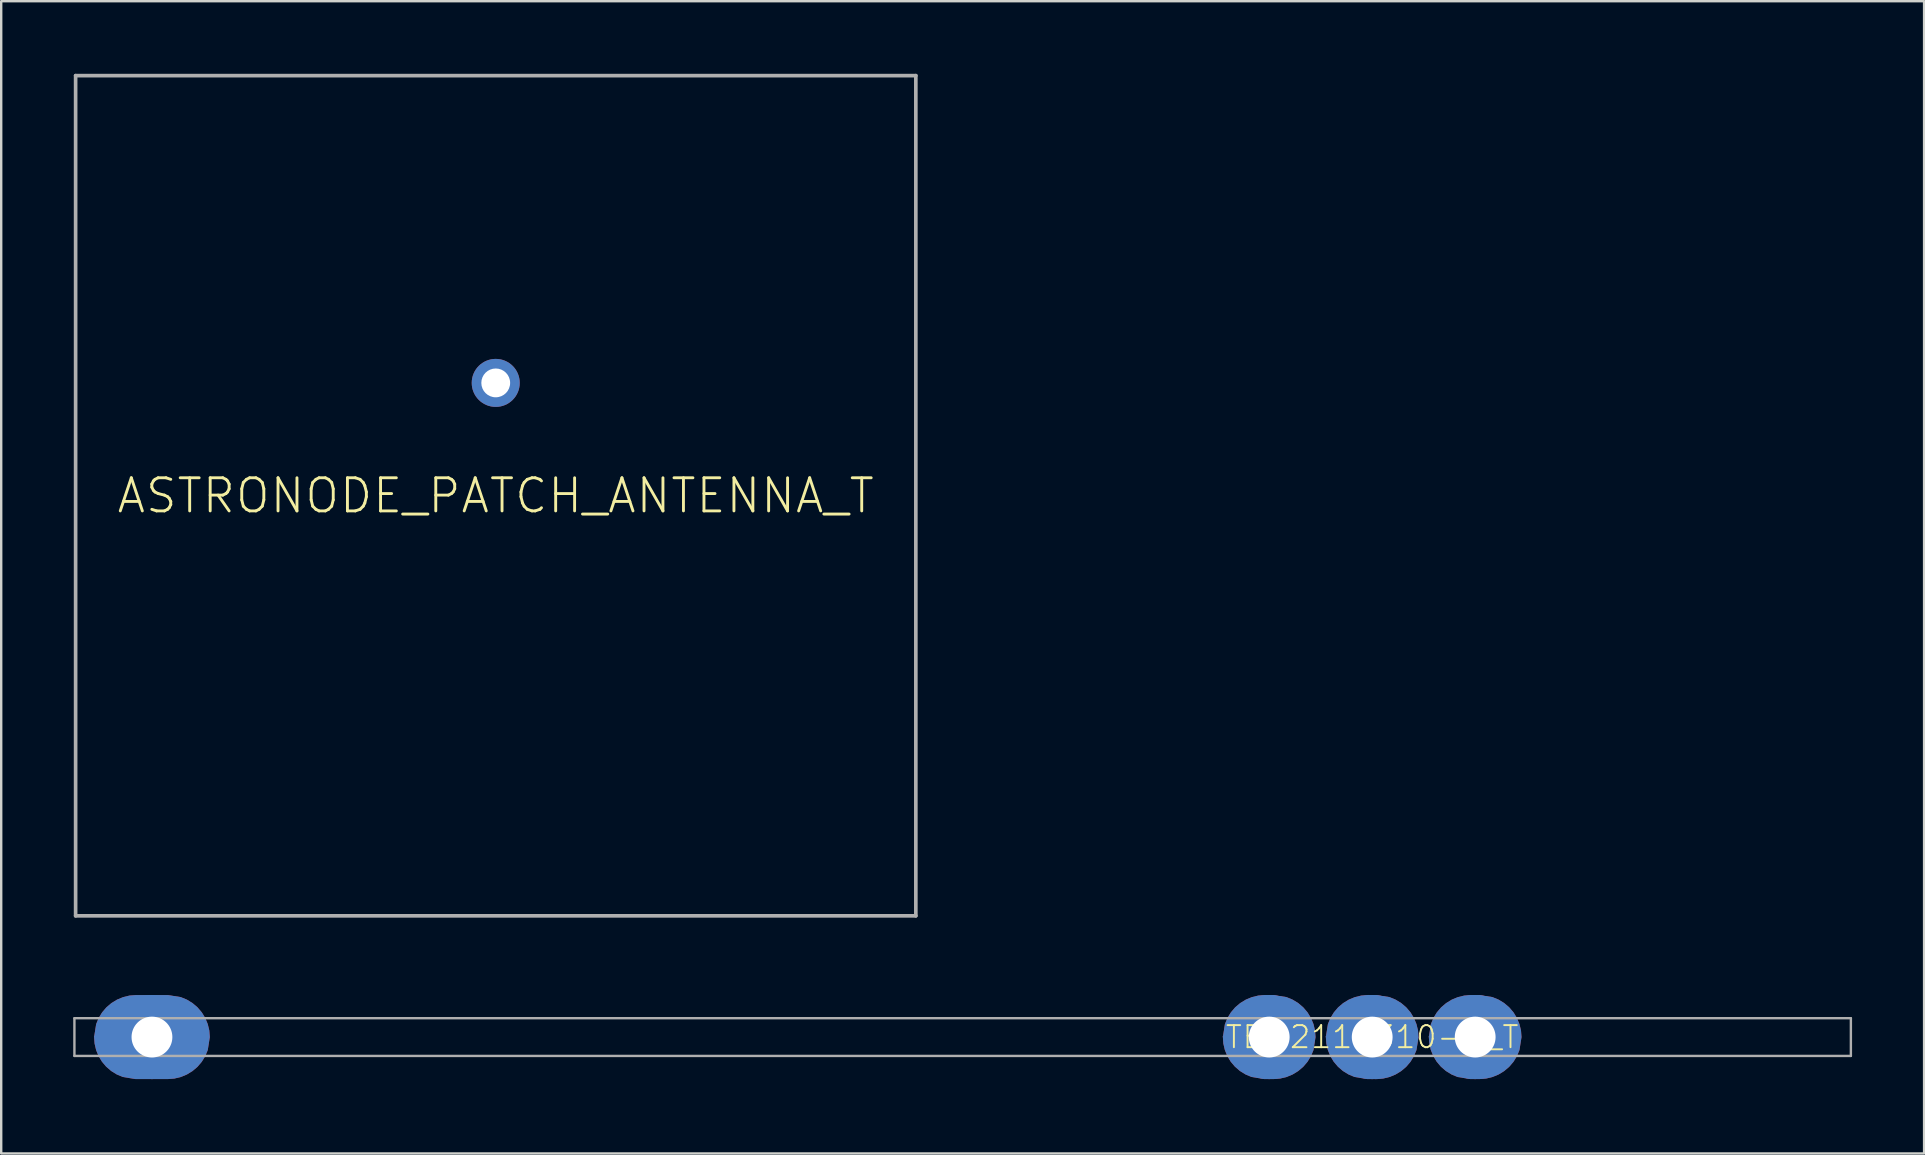
<source format=kicad_pcb>
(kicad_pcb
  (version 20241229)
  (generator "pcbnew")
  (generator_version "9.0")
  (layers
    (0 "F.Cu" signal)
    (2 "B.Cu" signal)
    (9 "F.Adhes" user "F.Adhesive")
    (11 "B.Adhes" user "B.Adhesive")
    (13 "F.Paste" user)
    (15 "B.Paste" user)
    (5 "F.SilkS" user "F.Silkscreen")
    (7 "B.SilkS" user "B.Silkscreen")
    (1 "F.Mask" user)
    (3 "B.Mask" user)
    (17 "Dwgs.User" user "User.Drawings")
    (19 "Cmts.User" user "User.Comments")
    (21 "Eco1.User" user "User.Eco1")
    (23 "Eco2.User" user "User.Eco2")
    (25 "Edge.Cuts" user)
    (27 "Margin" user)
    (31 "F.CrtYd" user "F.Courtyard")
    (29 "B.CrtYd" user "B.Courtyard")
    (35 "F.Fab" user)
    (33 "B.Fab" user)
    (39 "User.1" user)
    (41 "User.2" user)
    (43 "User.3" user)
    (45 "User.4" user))
  (footprint "TE-2118310-1_T"
    (layer "F.Cu")
    (at 54.11 40.15)
    (property "Reference" "TE-2118310-1_T" (at 0 0 0) (unlocked yes) (layer "F.SilkS") (effects (font (size 0.92 0.92) (thickness 0.08))))
    (fp_poly (pts (xy -49.631 -1.665) (xy -49.375 -1.559) (xy -49.141 -1.416) (xy -48.932 -1.238) (xy -48.754 -1.029) (xy -48.611 -0.795) (xy -48.506 -0.541) (xy -48.441 -0.274) (xy -48.42 0.002) (xy -48.505 0.539) (xy -48.611 0.795) (xy -48.754 1.029) (xy -48.932 1.238) (xy -49.141 1.416) (xy -49.375 1.559) (xy -49.629 1.664) (xy -49.896 1.729) (xy -50.168 1.75) (xy -51.514 1.75) (xy -52.046 1.663) (xy -52.299 1.556) (xy -52.531 1.412) (xy -52.738 1.233) (xy -52.914 1.025) (xy -53.055 0.791) (xy -53.158 0.538) (xy -53.22 0.272) (xy -53.244 -0.048) (xy -53.233 -0.048) (xy -53.155 -0.539) (xy -53.049 -0.795) (xy -52.906 -1.029) (xy -52.728 -1.238) (xy -52.519 -1.416) (xy -52.285 -1.559) (xy -52.031 -1.664) (xy -51.764 -1.729) (xy -51.492 -1.75) (xy -50.166 -1.75)) (stroke (width 0) (type default)) (fill yes) (layer "F.Cu"))
    (fp_poly (pts (xy -3.571 -1.665) (xy -3.315 -1.559) (xy -3.081 -1.416) (xy -2.872 -1.238) (xy -2.694 -1.029) (xy -2.551 -0.795) (xy -2.446 -0.541) (xy -2.381 -0.274) (xy -2.36 0.002) (xy -2.445 0.539) (xy -2.551 0.795) (xy -2.694 1.029) (xy -2.872 1.238) (xy -3.081 1.416) (xy -3.315 1.559) (xy -3.569 1.664) (xy -3.836 1.729) (xy -4.108 1.75) (xy -4.494 1.75) (xy -5.026 1.663) (xy -5.279 1.556) (xy -5.511 1.412) (xy -5.718 1.233) (xy -5.894 1.025) (xy -6.035 0.791) (xy -6.138 0.538) (xy -6.2 0.272) (xy -6.224 -0.048) (xy -6.213 -0.048) (xy -6.135 -0.539) (xy -6.029 -0.795) (xy -5.886 -1.029) (xy -5.708 -1.238) (xy -5.499 -1.416) (xy -5.265 -1.559) (xy -5.011 -1.664) (xy -4.744 -1.729) (xy -4.472 -1.75) (xy -4.106 -1.75)) (stroke (width 0) (type default)) (fill yes) (layer "F.Cu"))
    (fp_poly (pts (xy 5.009 -1.665) (xy 5.265 -1.559) (xy 5.499 -1.416) (xy 5.708 -1.238) (xy 5.886 -1.029) (xy 6.029 -0.795) (xy 6.134 -0.541) (xy 6.199 -0.274) (xy 6.22 0.002) (xy 6.135 0.539) (xy 6.029 0.795) (xy 5.886 1.029) (xy 5.708 1.238) (xy 5.499 1.416) (xy 5.265 1.559) (xy 5.011 1.664) (xy 4.744 1.729) (xy 4.472 1.75) (xy 4.086 1.75) (xy 3.554 1.663) (xy 3.301 1.556) (xy 3.069 1.412) (xy 2.862 1.233) (xy 2.686 1.025) (xy 2.545 0.791) (xy 2.442 0.538) (xy 2.38 0.272) (xy 2.356 -0.048) (xy 2.367 -0.048) (xy 2.445 -0.539) (xy 2.551 -0.795) (xy 2.694 -1.029) (xy 2.872 -1.238) (xy 3.081 -1.416) (xy 3.315 -1.559) (xy 3.569 -1.664) (xy 3.836 -1.729) (xy 4.108 -1.75) (xy 4.474 -1.75)) (stroke (width 0) (type default)) (fill yes) (layer "F.Cu"))
    (fp_poly (pts (xy -0.132 -1.75) (xy 0.184 -1.75) (xy 0.719 -1.665) (xy 0.975 -1.559) (xy 1.209 -1.416) (xy 1.418 -1.238) (xy 1.596 -1.029) (xy 1.739 -0.795) (xy 1.844 -0.541) (xy 1.909 -0.274) (xy 1.934 0.048) (xy 1.923 0.048) (xy 1.845 0.539) (xy 1.739 0.795) (xy 1.596 1.029) (xy 1.418 1.238) (xy 1.209 1.416) (xy 0.975 1.559) (xy 0.721 1.664) (xy 0.454 1.729) (xy 0.23 1.746) (xy 0.23 1.75) (xy 0.182 1.75) (xy 0.132 1.754) (xy 0.132 1.75) (xy -0.204 1.75) (xy -0.736 1.663) (xy -0.989 1.556) (xy -1.221 1.412) (xy -1.428 1.233) (xy -1.604 1.025) (xy -1.745 0.791) (xy -1.848 0.538) (xy -1.91 0.272) (xy -1.934 -0.048) (xy -1.923 -0.048) (xy -1.845 -0.539) (xy -1.739 -0.795) (xy -1.596 -1.029) (xy -1.418 -1.238) (xy -1.209 -1.416) (xy -0.975 -1.559) (xy -0.721 -1.664) (xy -0.454 -1.729) (xy -0.23 -1.746) (xy -0.23 -1.75) (xy -0.182 -1.75) (xy -0.132 -1.754)) (stroke (width 0) (type default)) (fill yes) (layer "F.Cu"))
    (fp_line (start -51.49 0) (end -50.17 0) (stroke (width 3.7) (type solid)) (layer "F.Mask"))
    (fp_line (start -4.47 0) (end -4.11 0) (stroke (width 3.7) (type solid)) (layer "F.Mask"))
    (fp_line (start -0.18 0) (end 0.18 0) (stroke (width 3.7) (type solid)) (layer "F.Mask"))
    (fp_line (start 4.11 0) (end 4.47 0) (stroke (width 3.7) (type solid)) (layer "F.Mask"))
    (fp_poly (pts (xy -49.631 -1.665) (xy -49.375 -1.559) (xy -49.141 -1.416) (xy -48.932 -1.238) (xy -48.754 -1.029) (xy -48.611 -0.795) (xy -48.506 -0.541) (xy -48.441 -0.274) (xy -48.42 0.002) (xy -48.505 0.539) (xy -48.611 0.795) (xy -48.754 1.029) (xy -48.932 1.238) (xy -49.141 1.416) (xy -49.375 1.559) (xy -49.629 1.664) (xy -49.896 1.729) (xy -50.168 1.75) (xy -51.514 1.75) (xy -52.046 1.663) (xy -52.299 1.556) (xy -52.531 1.412) (xy -52.738 1.233) (xy -52.914 1.025) (xy -53.055 0.791) (xy -53.158 0.538) (xy -53.22 0.272) (xy -53.244 -0.048) (xy -53.233 -0.048) (xy -53.155 -0.539) (xy -53.049 -0.795) (xy -52.906 -1.029) (xy -52.728 -1.238) (xy -52.519 -1.416) (xy -52.285 -1.559) (xy -52.031 -1.664) (xy -51.764 -1.729) (xy -51.492 -1.75) (xy -50.166 -1.75)) (stroke (width 0) (type default)) (fill yes) (layer "B.Cu"))
    (fp_poly (pts (xy -3.571 -1.665) (xy -3.315 -1.559) (xy -3.081 -1.416) (xy -2.872 -1.238) (xy -2.694 -1.029) (xy -2.551 -0.795) (xy -2.446 -0.541) (xy -2.381 -0.274) (xy -2.36 0.002) (xy -2.445 0.539) (xy -2.551 0.795) (xy -2.694 1.029) (xy -2.872 1.238) (xy -3.081 1.416) (xy -3.315 1.559) (xy -3.569 1.664) (xy -3.836 1.729) (xy -4.108 1.75) (xy -4.494 1.75) (xy -5.026 1.663) (xy -5.279 1.556) (xy -5.511 1.412) (xy -5.718 1.233) (xy -5.894 1.025) (xy -6.035 0.791) (xy -6.138 0.538) (xy -6.2 0.272) (xy -6.224 -0.048) (xy -6.213 -0.048) (xy -6.135 -0.539) (xy -6.029 -0.795) (xy -5.886 -1.029) (xy -5.708 -1.238) (xy -5.499 -1.416) (xy -5.265 -1.559) (xy -5.011 -1.664) (xy -4.744 -1.729) (xy -4.472 -1.75) (xy -4.106 -1.75)) (stroke (width 0) (type default)) (fill yes) (layer "B.Cu"))
    (fp_poly (pts (xy 5.009 -1.665) (xy 5.265 -1.559) (xy 5.499 -1.416) (xy 5.708 -1.238) (xy 5.886 -1.029) (xy 6.029 -0.795) (xy 6.134 -0.541) (xy 6.199 -0.274) (xy 6.22 0.002) (xy 6.135 0.539) (xy 6.029 0.795) (xy 5.886 1.029) (xy 5.708 1.238) (xy 5.499 1.416) (xy 5.265 1.559) (xy 5.011 1.664) (xy 4.744 1.729) (xy 4.472 1.75) (xy 4.086 1.75) (xy 3.554 1.663) (xy 3.301 1.556) (xy 3.069 1.412) (xy 2.862 1.233) (xy 2.686 1.025) (xy 2.545 0.791) (xy 2.442 0.538) (xy 2.38 0.272) (xy 2.356 -0.048) (xy 2.367 -0.048) (xy 2.445 -0.539) (xy 2.551 -0.795) (xy 2.694 -1.029) (xy 2.872 -1.238) (xy 3.081 -1.416) (xy 3.315 -1.559) (xy 3.569 -1.664) (xy 3.836 -1.729) (xy 4.108 -1.75) (xy 4.474 -1.75)) (stroke (width 0) (type default)) (fill yes) (layer "B.Cu"))
    (fp_poly (pts (xy -0.132 -1.75) (xy 0.184 -1.75) (xy 0.719 -1.665) (xy 0.975 -1.559) (xy 1.209 -1.416) (xy 1.418 -1.238) (xy 1.596 -1.029) (xy 1.739 -0.795) (xy 1.844 -0.541) (xy 1.909 -0.274) (xy 1.934 0.048) (xy 1.923 0.048) (xy 1.845 0.539) (xy 1.739 0.795) (xy 1.596 1.029) (xy 1.418 1.238) (xy 1.209 1.416) (xy 0.975 1.559) (xy 0.721 1.664) (xy 0.454 1.729) (xy 0.23 1.746) (xy 0.23 1.75) (xy 0.182 1.75) (xy 0.132 1.754) (xy 0.132 1.75) (xy -0.204 1.75) (xy -0.736 1.663) (xy -0.989 1.556) (xy -1.221 1.412) (xy -1.428 1.233) (xy -1.604 1.025) (xy -1.745 0.791) (xy -1.848 0.538) (xy -1.91 0.272) (xy -1.934 -0.048) (xy -1.923 -0.048) (xy -1.845 -0.539) (xy -1.739 -0.795) (xy -1.596 -1.029) (xy -1.418 -1.238) (xy -1.209 -1.416) (xy -0.975 -1.559) (xy -0.721 -1.664) (xy -0.454 -1.729) (xy -0.23 -1.746) (xy -0.23 -1.75) (xy -0.182 -1.75) (xy -0.132 -1.754)) (stroke (width 0) (type default)) (fill yes) (layer "B.Cu"))
    (fp_line (start -51.49 0) (end -50.17 0) (stroke (width 3.7) (type solid)) (layer "B.Mask"))
    (fp_line (start -4.47 0) (end -4.11 0) (stroke (width 3.7) (type solid)) (layer "B.Mask"))
    (fp_line (start -0.18 0) (end 0.18 0) (stroke (width 3.7) (type solid)) (layer "B.Mask"))
    (fp_line (start 4.11 0) (end 4.47 0) (stroke (width 3.7) (type solid)) (layer "B.Mask"))
    (fp_line (start -54.06 -0.785) (end 19.94 -0.785) (stroke (width 0.1) (type solid)) (layer "F.Fab"))
    (fp_line (start -54.06 0.785) (end -54.06 -0.785) (stroke (width 0.1) (type solid)) (layer "F.Fab"))
    (fp_line (start 19.94 -0.785) (end 19.94 0.785) (stroke (width 0.1) (type solid)) (layer "F.Fab"))
    (fp_line (start 19.94 0.785) (end -54.06 0.785) (stroke (width 0.1) (type solid)) (layer "F.Fab"))
    (pad "1" thru_hole circle (at -50.83 0) (size 3.5 3.5) (drill 1.7) (layers "*.Cu"))
    (pad "2" thru_hole circle (at -4.29 0) (size 3.5 3.5) (drill 1.7) (layers "*.Cu"))
    (pad "3" thru_hole circle (at 0 0) (size 3.5 3.5) (drill 1.7) (layers "*.Cu"))
    (pad "4" thru_hole circle (at 4.29 0) (size 3.5 3.5) (drill 1.7) (layers "*.Cu")))
  (footprint "ASTRONODE_PATCH_ANTENNA_T"
    (layer "F.Cu")
    (at 17.6 17.6)
    (property "Reference" "ASTRONODE_PATCH_ANTENNA_T" (at 0 0 0) (unlocked yes) (layer "F.SilkS") (effects (font (size 1.38 1.38) (thickness 0.12))))
    (fp_poly (pts (xy -17.6 17.7) (xy 17.6 17.7) (xy 17.6 -17.6) (xy -17.6 -17.6)) (stroke (width 0) (type default)) (fill yes) (layer "F.Mask"))
    (fp_line (start -17.5 -17.5) (end 17.5 -17.5) (stroke (width 0.152) (type solid)) (layer "F.Fab"))
    (fp_line (start -17.5 17.5) (end -17.5 -17.5) (stroke (width 0.152) (type solid)) (layer "F.Fab"))
    (fp_line (start 17.5 -17.5) (end 17.5 17.5) (stroke (width 0.152) (type solid)) (layer "F.Fab"))
    (fp_line (start 17.5 17.5) (end -17.5 17.5) (stroke (width 0.152) (type solid)) (layer "F.Fab"))
    (pad "ANT" thru_hole circle (at 0 -4.7) (size 2 2) (drill 1.2) (layers "*.Cu" "*.Mask")))
  (gr_rect
    (start -3 -3)
    (end 77.1 45)
    (stroke (width 0.1) (type default))
    (fill no)
    (layer "Edge.Cuts")))
</source>
